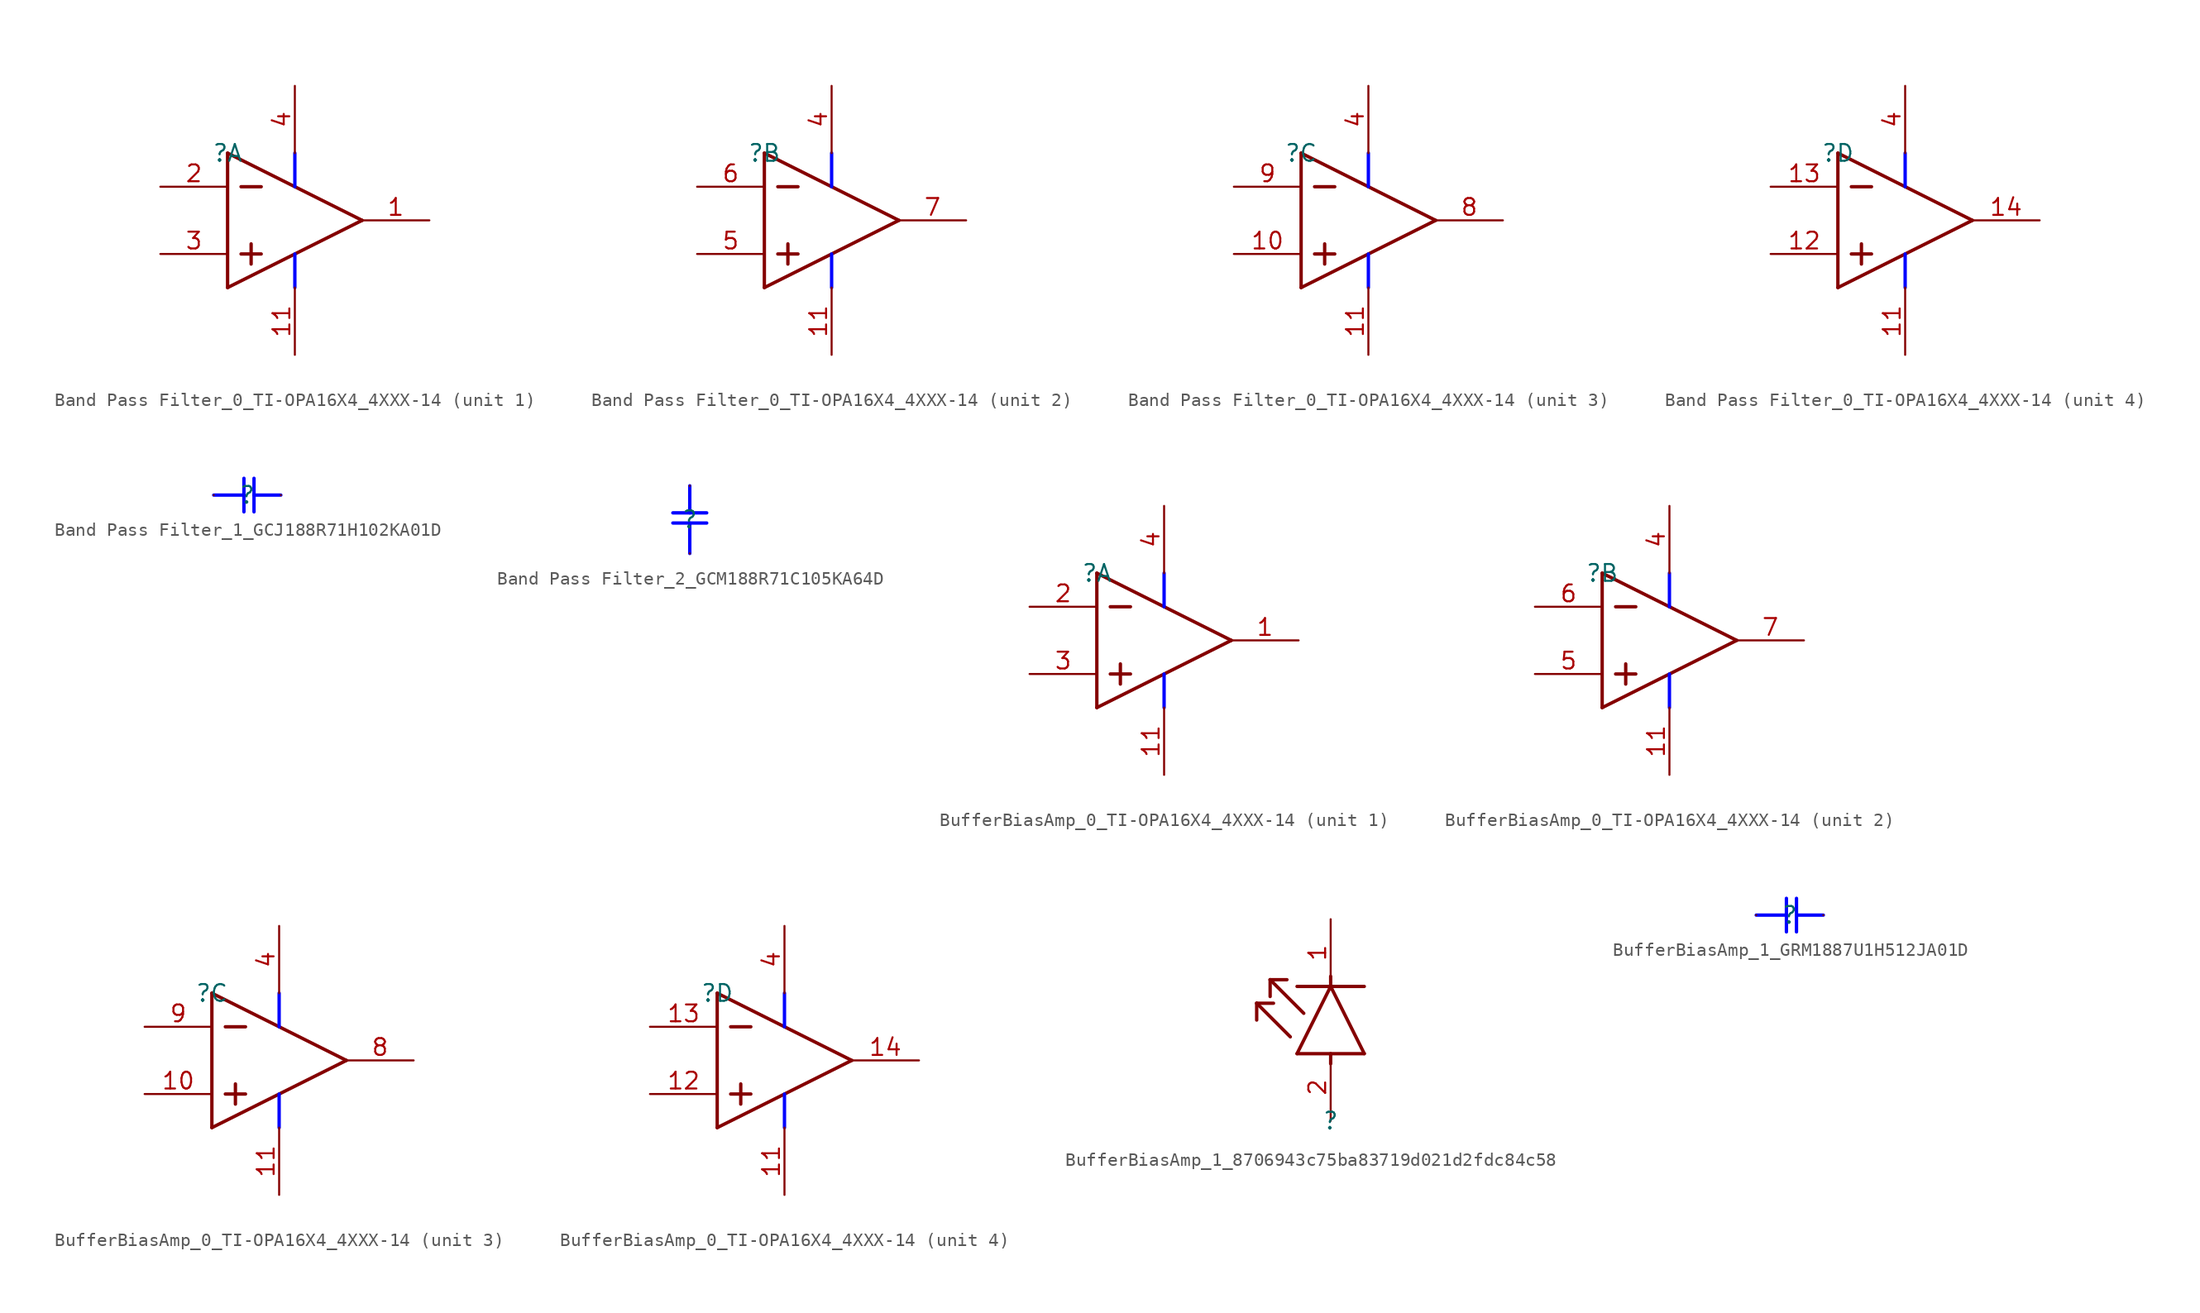
<source format=kicad_sym>
(kicad_symbol_lib
  (version 20220914)
  (generator kicad_symbol_editor)
  (symbol "Band Pass Filter_0_TI-OPA16X4_4XXX-14"
    (property "Reference" ""
      (at 0 0 0)
      (effects (font (size 1.27 1.27))))
    (property "Value" ""
      (at 0 0 0)
      (effects (font (size 1.27 1.27))))
    (symbol "Band Pass Filter_0_TI-OPA16X4_4XXX-14_0_0"
      (pin power_in line (at 5.08 -15.24 90) (length 5.08) (name "V-" (effects (font (size 0 0)))) (number "11" (effects (font (size 1.27 1.27)))))
      (pin power_in line (at 5.08 5.08 270) (length 5.08) (name "V+" (effects (font (size 0 0)))) (number "4" (effects (font (size 1.27 1.27))))))
    (symbol "Band Pass Filter_0_TI-OPA16X4_4XXX-14_1_0"
      (polyline (pts (xy 0 -10.16) (xy 10.16 -5.08)) (stroke (width 0.254) (type solid)) (fill (type none)))
      (polyline (pts (xy 0 0) (xy 0 -10.16)) (stroke (width 0.254) (type solid)) (fill (type none)))
      (polyline (pts (xy 0 0) (xy 10.16 -5.08)) (stroke (width 0.254) (type solid)) (fill (type none)))
      (polyline (pts (xy 1.016 -7.62) (xy 2.54 -7.62)) (stroke (width 0.254) (type solid)) (fill (type none)))
      (polyline (pts (xy 1.016 -2.54) (xy 2.54 -2.54)) (stroke (width 0.254) (type solid)) (fill (type none)))
      (polyline (pts (xy 1.778 -6.858) (xy 1.778 -8.382)) (stroke (width 0.254) (type solid)) (fill (type none)))
      (polyline (pts (xy 5.08 -7.62) (xy 5.08 -10.16)) (stroke (width 0.254) (type solid) (color 0 0 255 1)) (fill (type none)))
      (polyline (pts (xy 5.08 0) (xy 5.08 -2.54)) (stroke (width 0.254) (type solid) (color 0 0 255 1)) (fill (type none)))
      (pin output line (at 15.24 -5.08 180) (length 5.08) (name "OUT_A" (effects (font (size 0 0)))) (number "1" (effects (font (size 1.27 1.27)))))
      (pin input line (at -5.08 -2.54 0) (length 5.08) (name "IN_A-" (effects (font (size 0 0)))) (number "2" (effects (font (size 1.27 1.27)))))
      (pin input line (at -5.08 -7.62 0) (length 5.08) (name "IN_A+" (effects (font (size 0 0)))) (number "3" (effects (font (size 1.27 1.27))))))
    (symbol "Band Pass Filter_0_TI-OPA16X4_4XXX-14_2_0"
      (polyline (pts (xy 0 -10.16) (xy 10.16 -5.08)) (stroke (width 0.254) (type solid)) (fill (type none)))
      (polyline (pts (xy 0 0) (xy 0 -10.16)) (stroke (width 0.254) (type solid)) (fill (type none)))
      (polyline (pts (xy 0 0) (xy 10.16 -5.08)) (stroke (width 0.254) (type solid)) (fill (type none)))
      (polyline (pts (xy 1.016 -7.62) (xy 2.54 -7.62)) (stroke (width 0.254) (type solid)) (fill (type none)))
      (polyline (pts (xy 1.016 -2.54) (xy 2.54 -2.54)) (stroke (width 0.254) (type solid)) (fill (type none)))
      (polyline (pts (xy 1.778 -6.858) (xy 1.778 -8.382)) (stroke (width 0.254) (type solid)) (fill (type none)))
      (polyline (pts (xy 5.08 -7.62) (xy 5.08 -10.16)) (stroke (width 0.254) (type solid) (color 0 0 255 1)) (fill (type none)))
      (polyline (pts (xy 5.08 0) (xy 5.08 -2.54)) (stroke (width 0.254) (type solid) (color 0 0 255 1)) (fill (type none)))
      (pin input line (at -5.08 -7.62 0) (length 5.08) (name "IN_B+" (effects (font (size 0 0)))) (number "5" (effects (font (size 1.27 1.27)))))
      (pin input line (at -5.08 -2.54 0) (length 5.08) (name "IN_B-" (effects (font (size 0 0)))) (number "6" (effects (font (size 1.27 1.27)))))
      (pin output line (at 15.24 -5.08 180) (length 5.08) (name "OUT_B" (effects (font (size 0 0)))) (number "7" (effects (font (size 1.27 1.27))))))
    (symbol "Band Pass Filter_0_TI-OPA16X4_4XXX-14_3_0"
      (polyline (pts (xy 0 -10.16) (xy 10.16 -5.08)) (stroke (width 0.254) (type solid)) (fill (type none)))
      (polyline (pts (xy 0 0) (xy 0 -10.16)) (stroke (width 0.254) (type solid)) (fill (type none)))
      (polyline (pts (xy 0 0) (xy 10.16 -5.08)) (stroke (width 0.254) (type solid)) (fill (type none)))
      (polyline (pts (xy 1.016 -7.62) (xy 2.54 -7.62)) (stroke (width 0.254) (type solid)) (fill (type none)))
      (polyline (pts (xy 1.016 -2.54) (xy 2.54 -2.54)) (stroke (width 0.254) (type solid)) (fill (type none)))
      (polyline (pts (xy 1.778 -6.858) (xy 1.778 -8.382)) (stroke (width 0.254) (type solid)) (fill (type none)))
      (polyline (pts (xy 5.08 -7.62) (xy 5.08 -10.16)) (stroke (width 0.254) (type solid) (color 0 0 255 1)) (fill (type none)))
      (polyline (pts (xy 5.08 0) (xy 5.08 -2.54)) (stroke (width 0.254) (type solid) (color 0 0 255 1)) (fill (type none)))
      (pin input line (at -5.08 -7.62 0) (length 5.08) (name "IN_C+" (effects (font (size 0 0)))) (number "10" (effects (font (size 1.27 1.27)))))
      (pin output line (at 15.24 -5.08 180) (length 5.08) (name "OUT_C" (effects (font (size 0 0)))) (number "8" (effects (font (size 1.27 1.27)))))
      (pin input line (at -5.08 -2.54 0) (length 5.08) (name "IN_C-" (effects (font (size 0 0)))) (number "9" (effects (font (size 1.27 1.27))))))
    (symbol "Band Pass Filter_0_TI-OPA16X4_4XXX-14_4_0"
      (polyline (pts (xy 0 -10.16) (xy 10.16 -5.08)) (stroke (width 0.254) (type solid)) (fill (type none)))
      (polyline (pts (xy 0 0) (xy 0 -10.16)) (stroke (width 0.254) (type solid)) (fill (type none)))
      (polyline (pts (xy 0 0) (xy 10.16 -5.08)) (stroke (width 0.254) (type solid)) (fill (type none)))
      (polyline (pts (xy 1.016 -7.62) (xy 2.54 -7.62)) (stroke (width 0.254) (type solid)) (fill (type none)))
      (polyline (pts (xy 1.016 -2.54) (xy 2.54 -2.54)) (stroke (width 0.254) (type solid)) (fill (type none)))
      (polyline (pts (xy 1.778 -6.858) (xy 1.778 -8.382)) (stroke (width 0.254) (type solid)) (fill (type none)))
      (polyline (pts (xy 5.08 -7.62) (xy 5.08 -10.16)) (stroke (width 0.254) (type solid) (color 0 0 255 1)) (fill (type none)))
      (polyline (pts (xy 5.08 0) (xy 5.08 -2.54)) (stroke (width 0.254) (type solid) (color 0 0 255 1)) (fill (type none)))
      (pin input line (at -5.08 -7.62 0) (length 5.08) (name "IN_D+" (effects (font (size 0 0)))) (number "12" (effects (font (size 1.27 1.27)))))
      (pin input line (at -5.08 -2.54 0) (length 5.08) (name "IN_D-" (effects (font (size 0 0)))) (number "13" (effects (font (size 1.27 1.27)))))
      (pin output line (at 15.24 -5.08 180) (length 5.08) (name "OUT_D" (effects (font (size 0 0)))) (number "14" (effects (font (size 1.27 1.27)))))))
  (symbol "Band Pass Filter_1_GCJ188R71H102KA01D"
    (property "Reference" ""
      (at 0 0 0)
      (effects (font (size 1.27 1.27))))
    (property "Value" ""
      (at 0 0 0)
      (effects (font (size 1.27 1.27))))
    (symbol "Band Pass Filter_1_GCJ188R71H102KA01D_1_0"
      (polyline (pts (xy -0.254 -1.27) (xy -0.254 1.27)) (stroke (width 0.254) (type solid) (color 0 0 255 1)) (fill (type none)))
      (polyline (pts (xy -0.254 0) (xy -2.54 0)) (stroke (width 0.254) (type solid) (color 0 0 255 1)) (fill (type none)))
      (polyline (pts (xy 0.508 -1.27) (xy 0.508 1.27)) (stroke (width 0.254) (type solid) (color 0 0 255 1)) (fill (type none)))
      (polyline (pts (xy 2.54 0) (xy 0.508 0)) (stroke (width 0.254) (type solid) (color 0 0 255 1)) (fill (type none)))
      (pin passive line (at -2.54 0 0) (length 0) (name "1" (effects (font (size 0 0)))) (number "1" (effects (font (size 0 0)))))
      (pin passive line (at 2.54 0 180) (length 0) (name "2" (effects (font (size 0 0)))) (number "2" (effects (font (size 0 0)))))))
  (symbol "Band Pass Filter_2_GCM188R71C105KA64D"
    (property "Reference" ""
      (at 0 0 0)
      (effects (font (size 1.27 1.27))))
    (property "Value" ""
      (at 0 0 0)
      (effects (font (size 1.27 1.27))))
    (symbol "Band Pass Filter_2_GCM188R71C105KA64D_1_0"
      (polyline (pts (xy 0 -0.254) (xy 0 -2.54)) (stroke (width 0.254) (type solid) (color 0 0 255 1)) (fill (type none)))
      (polyline (pts (xy 0 2.54) (xy 0 0.508)) (stroke (width 0.254) (type solid) (color 0 0 255 1)) (fill (type none)))
      (polyline (pts (xy 1.27 -0.254) (xy -1.27 -0.254)) (stroke (width 0.254) (type solid) (color 0 0 255 1)) (fill (type none)))
      (polyline (pts (xy 1.27 0.508) (xy -1.27 0.508)) (stroke (width 0.254) (type solid) (color 0 0 255 1)) (fill (type none)))
      (pin passive line (at 0 -2.54 90) (length 0) (name "1" (effects (font (size 0 0)))) (number "1" (effects (font (size 0 0)))))
      (pin passive line (at 0 2.54 270) (length 0) (name "2" (effects (font (size 0 0)))) (number "2" (effects (font (size 0 0)))))))
  (symbol "BufferBiasAmp_0_TI-OPA16X4_4XXX-14"
    (property "Reference" ""
      (at 0 0 0)
      (effects (font (size 1.27 1.27))))
    (property "Value" ""
      (at 0 0 0)
      (effects (font (size 1.27 1.27))))
    (symbol "BufferBiasAmp_0_TI-OPA16X4_4XXX-14_0_0"
      (pin power_in line (at 5.08 -15.24 90) (length 5.08) (name "V-" (effects (font (size 0 0)))) (number "11" (effects (font (size 1.27 1.27)))))
      (pin power_in line (at 5.08 5.08 270) (length 5.08) (name "V+" (effects (font (size 0 0)))) (number "4" (effects (font (size 1.27 1.27))))))
    (symbol "BufferBiasAmp_0_TI-OPA16X4_4XXX-14_1_0"
      (polyline (pts (xy 0 -10.16) (xy 10.16 -5.08)) (stroke (width 0.254) (type solid)) (fill (type none)))
      (polyline (pts (xy 0 0) (xy 0 -10.16)) (stroke (width 0.254) (type solid)) (fill (type none)))
      (polyline (pts (xy 0 0) (xy 10.16 -5.08)) (stroke (width 0.254) (type solid)) (fill (type none)))
      (polyline (pts (xy 1.016 -7.62) (xy 2.54 -7.62)) (stroke (width 0.254) (type solid)) (fill (type none)))
      (polyline (pts (xy 1.016 -2.54) (xy 2.54 -2.54)) (stroke (width 0.254) (type solid)) (fill (type none)))
      (polyline (pts (xy 1.778 -6.858) (xy 1.778 -8.382)) (stroke (width 0.254) (type solid)) (fill (type none)))
      (polyline (pts (xy 5.08 -7.62) (xy 5.08 -10.16)) (stroke (width 0.254) (type solid) (color 0 0 255 1)) (fill (type none)))
      (polyline (pts (xy 5.08 0) (xy 5.08 -2.54)) (stroke (width 0.254) (type solid) (color 0 0 255 1)) (fill (type none)))
      (pin output line (at 15.24 -5.08 180) (length 5.08) (name "OUT_A" (effects (font (size 0 0)))) (number "1" (effects (font (size 1.27 1.27)))))
      (pin input line (at -5.08 -2.54 0) (length 5.08) (name "IN_A-" (effects (font (size 0 0)))) (number "2" (effects (font (size 1.27 1.27)))))
      (pin input line (at -5.08 -7.62 0) (length 5.08) (name "IN_A+" (effects (font (size 0 0)))) (number "3" (effects (font (size 1.27 1.27))))))
    (symbol "BufferBiasAmp_0_TI-OPA16X4_4XXX-14_2_0"
      (polyline (pts (xy 0 -10.16) (xy 10.16 -5.08)) (stroke (width 0.254) (type solid)) (fill (type none)))
      (polyline (pts (xy 0 0) (xy 0 -10.16)) (stroke (width 0.254) (type solid)) (fill (type none)))
      (polyline (pts (xy 0 0) (xy 10.16 -5.08)) (stroke (width 0.254) (type solid)) (fill (type none)))
      (polyline (pts (xy 1.016 -7.62) (xy 2.54 -7.62)) (stroke (width 0.254) (type solid)) (fill (type none)))
      (polyline (pts (xy 1.016 -2.54) (xy 2.54 -2.54)) (stroke (width 0.254) (type solid)) (fill (type none)))
      (polyline (pts (xy 1.778 -6.858) (xy 1.778 -8.382)) (stroke (width 0.254) (type solid)) (fill (type none)))
      (polyline (pts (xy 5.08 -7.62) (xy 5.08 -10.16)) (stroke (width 0.254) (type solid) (color 0 0 255 1)) (fill (type none)))
      (polyline (pts (xy 5.08 0) (xy 5.08 -2.54)) (stroke (width 0.254) (type solid) (color 0 0 255 1)) (fill (type none)))
      (pin input line (at -5.08 -7.62 0) (length 5.08) (name "IN_B+" (effects (font (size 0 0)))) (number "5" (effects (font (size 1.27 1.27)))))
      (pin input line (at -5.08 -2.54 0) (length 5.08) (name "IN_B-" (effects (font (size 0 0)))) (number "6" (effects (font (size 1.27 1.27)))))
      (pin output line (at 15.24 -5.08 180) (length 5.08) (name "OUT_B" (effects (font (size 0 0)))) (number "7" (effects (font (size 1.27 1.27))))))
    (symbol "BufferBiasAmp_0_TI-OPA16X4_4XXX-14_3_0"
      (polyline (pts (xy 0 -10.16) (xy 10.16 -5.08)) (stroke (width 0.254) (type solid)) (fill (type none)))
      (polyline (pts (xy 0 0) (xy 0 -10.16)) (stroke (width 0.254) (type solid)) (fill (type none)))
      (polyline (pts (xy 0 0) (xy 10.16 -5.08)) (stroke (width 0.254) (type solid)) (fill (type none)))
      (polyline (pts (xy 1.016 -7.62) (xy 2.54 -7.62)) (stroke (width 0.254) (type solid)) (fill (type none)))
      (polyline (pts (xy 1.016 -2.54) (xy 2.54 -2.54)) (stroke (width 0.254) (type solid)) (fill (type none)))
      (polyline (pts (xy 1.778 -6.858) (xy 1.778 -8.382)) (stroke (width 0.254) (type solid)) (fill (type none)))
      (polyline (pts (xy 5.08 -7.62) (xy 5.08 -10.16)) (stroke (width 0.254) (type solid) (color 0 0 255 1)) (fill (type none)))
      (polyline (pts (xy 5.08 0) (xy 5.08 -2.54)) (stroke (width 0.254) (type solid) (color 0 0 255 1)) (fill (type none)))
      (pin input line (at -5.08 -7.62 0) (length 5.08) (name "IN_C+" (effects (font (size 0 0)))) (number "10" (effects (font (size 1.27 1.27)))))
      (pin output line (at 15.24 -5.08 180) (length 5.08) (name "OUT_C" (effects (font (size 0 0)))) (number "8" (effects (font (size 1.27 1.27)))))
      (pin input line (at -5.08 -2.54 0) (length 5.08) (name "IN_C-" (effects (font (size 0 0)))) (number "9" (effects (font (size 1.27 1.27))))))
    (symbol "BufferBiasAmp_0_TI-OPA16X4_4XXX-14_4_0"
      (polyline (pts (xy 0 -10.16) (xy 10.16 -5.08)) (stroke (width 0.254) (type solid)) (fill (type none)))
      (polyline (pts (xy 0 0) (xy 0 -10.16)) (stroke (width 0.254) (type solid)) (fill (type none)))
      (polyline (pts (xy 0 0) (xy 10.16 -5.08)) (stroke (width 0.254) (type solid)) (fill (type none)))
      (polyline (pts (xy 1.016 -7.62) (xy 2.54 -7.62)) (stroke (width 0.254) (type solid)) (fill (type none)))
      (polyline (pts (xy 1.016 -2.54) (xy 2.54 -2.54)) (stroke (width 0.254) (type solid)) (fill (type none)))
      (polyline (pts (xy 1.778 -6.858) (xy 1.778 -8.382)) (stroke (width 0.254) (type solid)) (fill (type none)))
      (polyline (pts (xy 5.08 -7.62) (xy 5.08 -10.16)) (stroke (width 0.254) (type solid) (color 0 0 255 1)) (fill (type none)))
      (polyline (pts (xy 5.08 0) (xy 5.08 -2.54)) (stroke (width 0.254) (type solid) (color 0 0 255 1)) (fill (type none)))
      (pin input line (at -5.08 -7.62 0) (length 5.08) (name "IN_D+" (effects (font (size 0 0)))) (number "12" (effects (font (size 1.27 1.27)))))
      (pin input line (at -5.08 -2.54 0) (length 5.08) (name "IN_D-" (effects (font (size 0 0)))) (number "13" (effects (font (size 1.27 1.27)))))
      (pin output line (at 15.24 -5.08 180) (length 5.08) (name "OUT_D" (effects (font (size 0 0)))) (number "14" (effects (font (size 1.27 1.27)))))))
  (symbol "BufferBiasAmp_1_8706943c75ba83719d021d2fdc84c58"
    (property "Reference" ""
      (at 0 0 0)
      (effects (font (size 1.27 1.27))))
    (property "Value" ""
      (at 0 0 0)
      (effects (font (size 1.27 1.27))))
    (symbol "BufferBiasAmp_1_8706943c75ba83719d021d2fdc84c58_1_0"
      (polyline (pts (xy -5.588 8.89) (xy -5.588 7.62)) (stroke (width 0.254) (type solid)) (fill (type none)))
      (polyline (pts (xy -5.588 8.89) (xy -4.318 8.89)) (stroke (width 0.254) (type solid)) (fill (type none)))
      (polyline (pts (xy -4.572 10.668) (xy -4.572 9.398)) (stroke (width 0.254) (type solid)) (fill (type none)))
      (polyline (pts (xy -4.572 10.668) (xy -3.302 10.668)) (stroke (width 0.254) (type solid)) (fill (type none)))
      (polyline (pts (xy -3.048 6.35) (xy -5.588 8.89)) (stroke (width 0.254) (type solid)) (fill (type none)))
      (polyline (pts (xy -2.54 5.08) (xy 0 10.16)) (stroke (width 0.254) (type solid)) (fill (type none)))
      (polyline (pts (xy -2.54 5.08) (xy 2.54 5.08)) (stroke (width 0.254) (type solid)) (fill (type none)))
      (polyline (pts (xy -2.54 10.16) (xy 2.54 10.16)) (stroke (width 0.254) (type solid)) (fill (type none)))
      (polyline (pts (xy -2.032 8.128) (xy -4.572 10.668)) (stroke (width 0.254) (type solid)) (fill (type none)))
      (polyline (pts (xy 0 5.08) (xy 0 4.318)) (stroke (width 0.254) (type solid)) (fill (type none)))
      (polyline (pts (xy 0 10.16) (xy 0 10.922)) (stroke (width 0.254) (type solid)) (fill (type none)))
      (polyline (pts (xy 2.54 5.08) (xy 0 10.16)) (stroke (width 0.254) (type solid)) (fill (type none)))
      (pin passive line (at 0 15.24 270) (length 5.08) (name "C" (effects (font (size 0 0)))) (number "1" (effects (font (size 1.27 1.27)))))
      (pin passive line (at 0 0 90) (length 5.08) (name "A" (effects (font (size 0 0)))) (number "2" (effects (font (size 1.27 1.27)))))))
  (symbol "BufferBiasAmp_1_GRM1887U1H512JA01D"
    (property "Reference" ""
      (at 0 0 0)
      (effects (font (size 1.27 1.27))))
    (property "Value" ""
      (at 0 0 0)
      (effects (font (size 1.27 1.27))))
    (symbol "BufferBiasAmp_1_GRM1887U1H512JA01D_1_0"
      (polyline (pts (xy -0.254 -1.27) (xy -0.254 1.27)) (stroke (width 0.254) (type solid) (color 0 0 255 1)) (fill (type none)))
      (polyline (pts (xy -0.254 0) (xy -2.54 0)) (stroke (width 0.254) (type solid) (color 0 0 255 1)) (fill (type none)))
      (polyline (pts (xy 0.508 -1.27) (xy 0.508 1.27)) (stroke (width 0.254) (type solid) (color 0 0 255 1)) (fill (type none)))
      (polyline (pts (xy 2.54 0) (xy 0.508 0)) (stroke (width 0.254) (type solid) (color 0 0 255 1)) (fill (type none)))
      (pin passive line (at -2.54 0 0) (length 0) (name "1" (effects (font (size 0 0)))) (number "1" (effects (font (size 0 0)))))
      (pin passive line (at 2.54 0 180) (length 0) (name "2" (effects (font (size 0 0)))) (number "2" (effects (font (size 0 0))))))))
</source>
